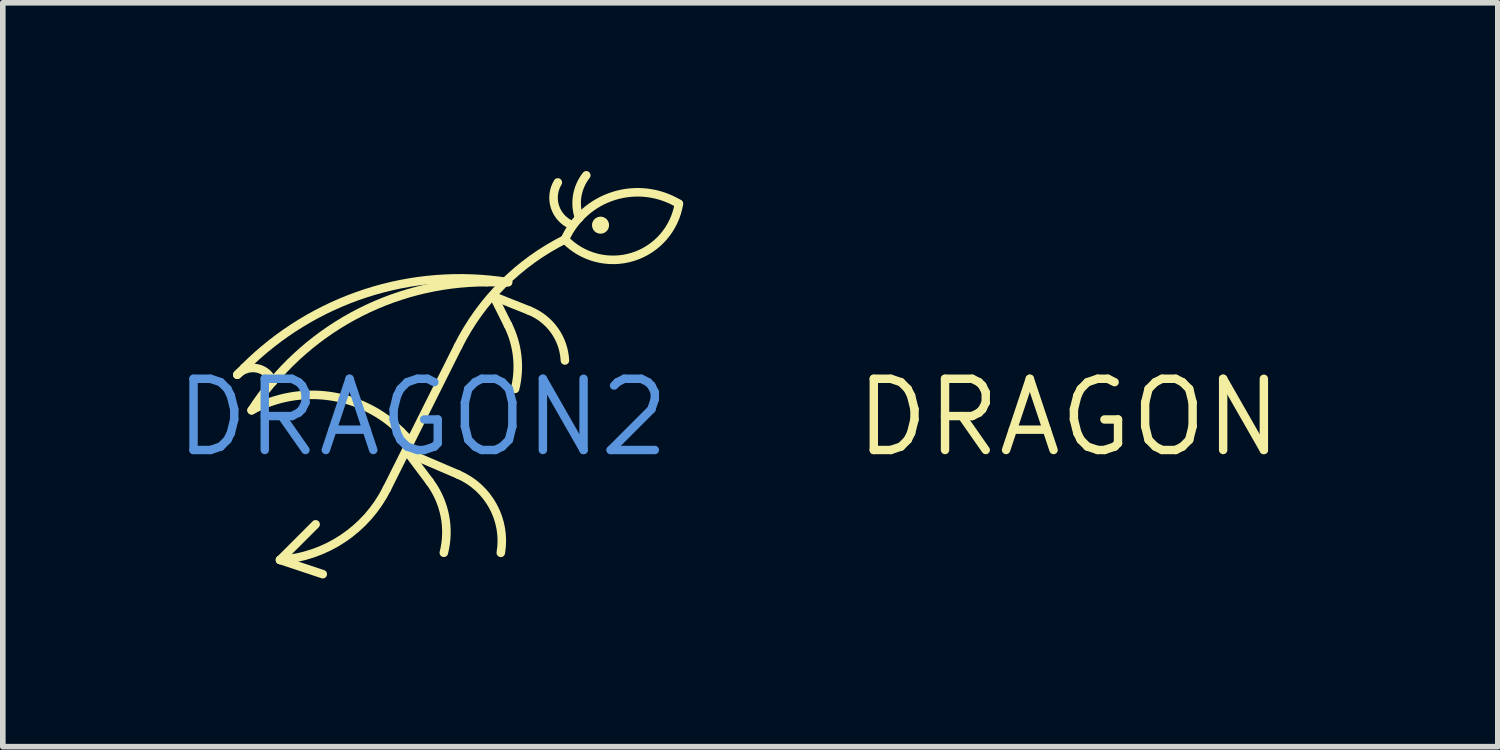
<source format=kicad_pcb>
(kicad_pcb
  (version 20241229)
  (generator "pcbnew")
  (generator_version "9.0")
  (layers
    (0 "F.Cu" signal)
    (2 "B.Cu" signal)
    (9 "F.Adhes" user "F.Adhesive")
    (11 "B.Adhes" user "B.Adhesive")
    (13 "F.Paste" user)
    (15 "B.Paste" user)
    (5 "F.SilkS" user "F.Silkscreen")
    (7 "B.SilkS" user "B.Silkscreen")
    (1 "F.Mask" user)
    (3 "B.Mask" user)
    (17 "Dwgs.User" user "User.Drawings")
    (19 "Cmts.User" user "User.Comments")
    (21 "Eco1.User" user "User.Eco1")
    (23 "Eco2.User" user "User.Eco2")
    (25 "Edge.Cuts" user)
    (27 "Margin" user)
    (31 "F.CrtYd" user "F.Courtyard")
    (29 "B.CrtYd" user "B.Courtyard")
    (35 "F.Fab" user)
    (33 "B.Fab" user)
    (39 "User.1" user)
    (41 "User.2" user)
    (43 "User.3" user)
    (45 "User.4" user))
  (footprint "DRAGON"
    (layer "F.Cu")
    (at 16.008 4.394)
    (property "Reference" "DRAGON" (at 0 0 0) (layer "F.SilkS") (effects (font (size 1.27 1.27) (thickness 0.15))))
    (attr through_hole)
    (fp_line (start -3.302 -0.762) (end -3.175 -0.889) (stroke (width 0.152) (type solid)) (layer "F.Mask"))
    (fp_line (start -2.54 2.54) (end -1.905 1.905) (stroke (width 0.152) (type solid)) (layer "F.Mask"))
    (fp_line (start -2.54 2.54) (end -1.778 2.794) (stroke (width 0.152) (type solid)) (layer "F.Mask"))
    (fp_line (start -0.635 1.27) (end 0.635 -1.27) (stroke (width 0.152) (type solid)) (layer "F.Mask"))
    (fp_line (start -0.254 0.381) (end -0.381 0.254) (stroke (width 0.152) (type solid)) (layer "F.Mask"))
    (fp_line (start -0.254 0.635) (end 0.127 1.143) (stroke (width 0.152) (type solid)) (layer "F.Mask"))
    (fp_line (start -0.254 0.635) (end 0.635 1.016) (stroke (width 0.152) (type solid)) (layer "F.Mask"))
    (fp_line (start 1.27 -2.159) (end 1.524 -1.651) (stroke (width 0.152) (type solid)) (layer "F.Mask"))
    (fp_line (start 1.27 -2.159) (end 1.905 -1.905) (stroke (width 0.152) (type solid)) (layer "F.Mask"))
    (fp_line (start 1.524 -2.413) (end 1.143 -2.413) (stroke (width 0.152) (type solid)) (layer "F.Mask"))
    (fp_arc (start -3.302 -0.762) (mid -2.949096 -0.875518) (end -2.667 -0.635) (stroke (width 0.1524) (type solid)) (layer "F.Mask"))
    (fp_arc (start -3.175 -0.889) (mid -1.008658 -2.215734) (end 1.523999 -2.413) (stroke (width 0.1524) (type solid)) (layer "F.Mask"))
    (fp_arc (start -3.048 -0.127) (mid -1.651 -0.381) (end -0.381 0.254) (stroke (width 0.1524) (type solid)) (layer "F.Mask"))
    (fp_arc (start -3.048 -0.127) (mid -1.243958 -1.80434) (end 1.143 -2.413) (stroke (width 0.1524) (type solid)) (layer "F.Mask"))
    (fp_arc (start -0.635 1.27) (mid -1.418867 2.15795) (end -2.54 2.539999) (stroke (width 0.1524) (type solid)) (layer "F.Mask"))
    (fp_arc (start 0.127 1.143) (mid 0.398035 1.749192) (end 0.381 2.412999) (stroke (width 0.1524) (type solid)) (layer "F.Mask"))
    (fp_arc (start 0.635 -1.27) (mid 1.43293 -2.377069) (end 2.539999 -3.175) (stroke (width 0.1524) (type solid)) (layer "F.Mask"))
    (fp_arc (start 0.635 1.016) (mid 1.257815 1.582601) (end 1.397 2.413) (stroke (width 0.1524) (type solid)) (layer "F.Mask"))
    (fp_arc (start 1.524 -1.651) (mid 1.689428 -1.090825) (end 1.651 -0.508) (stroke (width 0.1524) (type solid)) (layer "F.Mask"))
    (fp_arc (start 1.905 -1.905) (mid 2.352738 -1.553527) (end 2.54 -1.015999) (stroke (width 0.1524) (type solid)) (layer "F.Mask"))
    (fp_arc (start 2.54 -3.175) (mid 3.412769 -3.950841) (end 4.572 -3.809999) (stroke (width 0.1524) (type solid)) (layer "F.Mask"))
    (fp_arc (start 2.667 -3.429) (mid 2.363976 -3.751325) (end 2.413 -4.190999) (stroke (width 0.1524) (type solid)) (layer "F.Mask"))
    (fp_arc (start 2.794 -3.556) (mid 2.759655 -3.953307) (end 2.921 -4.318) (stroke (width 0.1524) (type solid)) (layer "F.Mask"))
    (fp_arc (start 4.572 -3.81) (mid 3.752227 -2.864577) (end 2.540001 -3.174998) (stroke (width 0.1524) (type solid)) (layer "F.Mask"))
    (fp_circle (center 3.175 -3.429) (end 3.251 -3.429) (stroke (width 0.152) (type solid)) (fill no) (layer "F.Mask")))
  (footprint "DRAGON2"
    (layer "F.Cu")
    (at 4.483 4.394)
    (property "Reference" "DRAGON2" (at 0 0 0) (layer "Cmts.User") (effects (font (size 1.27 1.27) (thickness 0.15))))
    (attr through_hole)
    (fp_line (start -3.302 -0.762) (end -3.175 -0.889) (stroke (width 0.152) (type solid)) (layer "F.SilkS"))
    (fp_line (start -2.54 2.54) (end -1.905 1.905) (stroke (width 0.152) (type solid)) (layer "F.SilkS"))
    (fp_line (start -2.54 2.54) (end -1.778 2.794) (stroke (width 0.152) (type solid)) (layer "F.SilkS"))
    (fp_line (start -0.635 1.27) (end 0.635 -1.27) (stroke (width 0.152) (type solid)) (layer "F.SilkS"))
    (fp_line (start -0.254 0.381) (end -0.381 0.254) (stroke (width 0.152) (type solid)) (layer "F.SilkS"))
    (fp_line (start -0.254 0.635) (end 0.127 1.143) (stroke (width 0.152) (type solid)) (layer "F.SilkS"))
    (fp_line (start -0.254 0.635) (end 0.635 1.016) (stroke (width 0.152) (type solid)) (layer "F.SilkS"))
    (fp_line (start 1.27 -2.159) (end 1.524 -1.651) (stroke (width 0.152) (type solid)) (layer "F.SilkS"))
    (fp_line (start 1.27 -2.159) (end 1.905 -1.905) (stroke (width 0.152) (type solid)) (layer "F.SilkS"))
    (fp_line (start 1.524 -2.413) (end 1.143 -2.413) (stroke (width 0.152) (type solid)) (layer "F.SilkS"))
    (fp_arc (start -3.302158 -0.76183) (mid -2.94921 -0.87554) (end -2.667 -0.635) (stroke (width 0.1524) (type solid)) (layer "F.SilkS"))
    (fp_arc (start -3.175 -0.889) (mid -1.006931 -2.216294) (end 1.527583 -2.412427) (stroke (width 0.1524) (type solid)) (layer "F.SilkS"))
    (fp_arc (start -3.047014 -0.12853) (mid -1.243159 -1.804775) (end 1.143 -2.413) (stroke (width 0.1524) (type solid)) (layer "F.SilkS"))
    (fp_arc (start -3.046633 -0.127749) (mid -1.650228 -0.38089) (end -0.381 0.254) (stroke (width 0.1524) (type solid)) (layer "F.SilkS"))
    (fp_arc (start -0.635 1.27) (mid -1.419038 2.158064) (end -2.540411 2.540027) (stroke (width 0.1524) (type solid)) (layer "F.SilkS"))
    (fp_arc (start 0.127 1.143) (mid 0.397984 1.748937) (end 0.381128 2.412494) (stroke (width 0.1524) (type solid)) (layer "F.SilkS"))
    (fp_arc (start 0.635 -1.27) (mid 1.433721 -2.37786) (end 2.542001 -3.176) (stroke (width 0.1524) (type solid)) (layer "F.SilkS"))
    (fp_arc (start 0.635 1.016) (mid 1.257913 1.582781) (end 1.396931 2.413404) (stroke (width 0.1524) (type solid)) (layer "F.SilkS"))
    (fp_arc (start 1.524 -1.651) (mid 1.689348 -1.091542) (end 1.651346 -0.5094) (stroke (width 0.1524) (type solid)) (layer "F.SilkS"))
    (fp_arc (start 1.905 -1.905) (mid 2.352625 -1.553685) (end 2.539981 -1.016387) (stroke (width 0.1524) (type solid)) (layer "F.SilkS"))
    (fp_arc (start 2.54 -3.175) (mid 3.412473 -3.950749) (end 4.57147 -3.81032) (stroke (width 0.1524) (type solid)) (layer "F.SilkS"))
    (fp_arc (start 2.667 -3.429) (mid 2.36396 -3.751373) (end 2.413053 -4.191087) (stroke (width 0.1524) (type solid)) (layer "F.SilkS"))
    (fp_arc (start 2.794 -3.556) (mid 2.759641 -3.953225) (end 2.920897 -4.317869) (stroke (width 0.1524) (type solid)) (layer "F.SilkS"))
    (fp_arc (start 4.572 -3.81) (mid 3.751928 -2.864484) (end 2.539567 -3.175449) (stroke (width 0.1524) (type solid)) (layer "F.SilkS"))
    (fp_circle (center 3.175 -3.429) (end 3.251 -3.429) (stroke (width 0.152) (type solid)) (fill no) (layer "F.SilkS")))
  (gr_rect
    (start -3 -3)
    (end 23.657 10.264)
    (stroke (width 0.1) (type default))
    (fill no)
    (layer "Edge.Cuts")))
</source>
